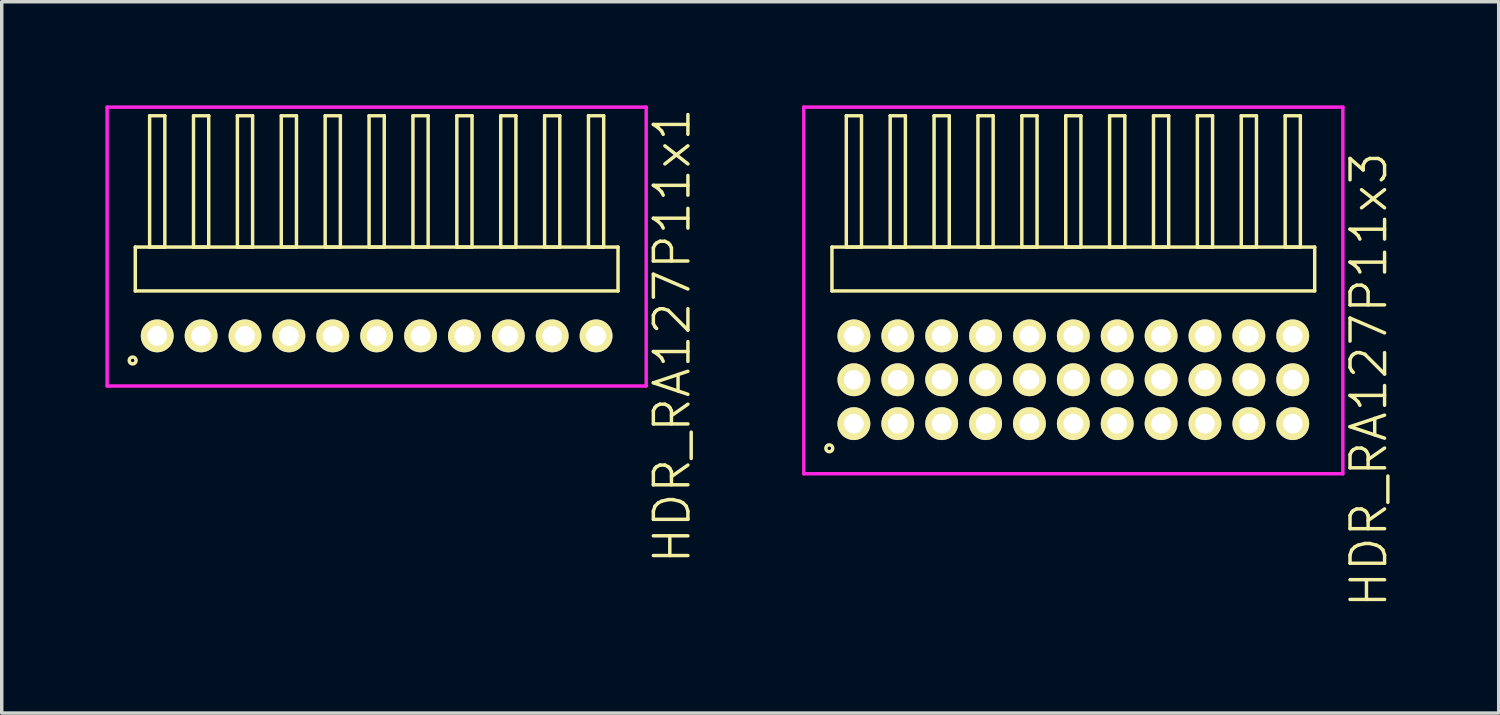
<source format=kicad_pcb>
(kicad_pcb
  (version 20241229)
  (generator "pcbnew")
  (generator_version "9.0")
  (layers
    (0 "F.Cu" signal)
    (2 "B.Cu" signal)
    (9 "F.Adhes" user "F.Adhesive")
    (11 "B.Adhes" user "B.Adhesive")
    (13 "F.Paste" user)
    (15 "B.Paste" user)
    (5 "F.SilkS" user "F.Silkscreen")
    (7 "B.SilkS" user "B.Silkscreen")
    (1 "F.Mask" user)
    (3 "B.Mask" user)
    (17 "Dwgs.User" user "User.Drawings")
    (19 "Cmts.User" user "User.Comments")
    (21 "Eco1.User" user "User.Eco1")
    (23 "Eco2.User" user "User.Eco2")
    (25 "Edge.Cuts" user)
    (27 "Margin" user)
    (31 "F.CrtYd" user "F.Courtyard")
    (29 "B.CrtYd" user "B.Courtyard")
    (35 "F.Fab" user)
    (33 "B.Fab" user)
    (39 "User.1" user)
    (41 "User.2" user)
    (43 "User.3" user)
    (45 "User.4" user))
  (footprint "HDR_RA127P11x1"
    (layer "F.Cu")
    (at 7.85 6.67)
    (property "Reference" "HDR_RA127P11x1" (at 8.55 0 90) (layer "F.SilkS") (effects (font (size 1 1) (thickness 0.1))))
    (attr through_hole)
    (fp_line (start -6.985 -2.57) (end -6.985 -1.3) (stroke (width 0.1) (type solid)) (layer "F.SilkS"))
    (fp_line (start -6.985 -1.3) (end 6.985 -1.3) (stroke (width 0.1) (type solid)) (layer "F.SilkS"))
    (fp_line (start -6.57 -6.37) (end -6.57 -2.57) (stroke (width 0.1) (type solid)) (layer "F.SilkS"))
    (fp_line (start -6.57 -2.57) (end -6.13 -2.57) (stroke (width 0.1) (type solid)) (layer "F.SilkS"))
    (fp_line (start -6.13 -6.37) (end -6.57 -6.37) (stroke (width 0.1) (type solid)) (layer "F.SilkS"))
    (fp_line (start -6.13 -2.57) (end -6.13 -6.37) (stroke (width 0.1) (type solid)) (layer "F.SilkS"))
    (fp_line (start -5.3 -6.37) (end -5.3 -2.57) (stroke (width 0.1) (type solid)) (layer "F.SilkS"))
    (fp_line (start -5.3 -2.57) (end -4.86 -2.57) (stroke (width 0.1) (type solid)) (layer "F.SilkS"))
    (fp_line (start -4.86 -6.37) (end -5.3 -6.37) (stroke (width 0.1) (type solid)) (layer "F.SilkS"))
    (fp_line (start -4.86 -2.57) (end -4.86 -6.37) (stroke (width 0.1) (type solid)) (layer "F.SilkS"))
    (fp_line (start -4.03 -6.37) (end -4.03 -2.57) (stroke (width 0.1) (type solid)) (layer "F.SilkS"))
    (fp_line (start -4.03 -2.57) (end -3.59 -2.57) (stroke (width 0.1) (type solid)) (layer "F.SilkS"))
    (fp_line (start -3.59 -6.37) (end -4.03 -6.37) (stroke (width 0.1) (type solid)) (layer "F.SilkS"))
    (fp_line (start -3.59 -2.57) (end -3.59 -6.37) (stroke (width 0.1) (type solid)) (layer "F.SilkS"))
    (fp_line (start -2.76 -6.37) (end -2.76 -2.57) (stroke (width 0.1) (type solid)) (layer "F.SilkS"))
    (fp_line (start -2.76 -2.57) (end -2.32 -2.57) (stroke (width 0.1) (type solid)) (layer "F.SilkS"))
    (fp_line (start -2.32 -6.37) (end -2.76 -6.37) (stroke (width 0.1) (type solid)) (layer "F.SilkS"))
    (fp_line (start -2.32 -2.57) (end -2.32 -6.37) (stroke (width 0.1) (type solid)) (layer "F.SilkS"))
    (fp_line (start -1.49 -6.37) (end -1.49 -2.57) (stroke (width 0.1) (type solid)) (layer "F.SilkS"))
    (fp_line (start -1.49 -2.57) (end -1.05 -2.57) (stroke (width 0.1) (type solid)) (layer "F.SilkS"))
    (fp_line (start -1.05 -6.37) (end -1.49 -6.37) (stroke (width 0.1) (type solid)) (layer "F.SilkS"))
    (fp_line (start -1.05 -2.57) (end -1.05 -6.37) (stroke (width 0.1) (type solid)) (layer "F.SilkS"))
    (fp_line (start -0.22 -6.37) (end -0.22 -2.57) (stroke (width 0.1) (type solid)) (layer "F.SilkS"))
    (fp_line (start -0.22 -2.57) (end 0.22 -2.57) (stroke (width 0.1) (type solid)) (layer "F.SilkS"))
    (fp_line (start 0.22 -6.37) (end -0.22 -6.37) (stroke (width 0.1) (type solid)) (layer "F.SilkS"))
    (fp_line (start 0.22 -2.57) (end 0.22 -6.37) (stroke (width 0.1) (type solid)) (layer "F.SilkS"))
    (fp_line (start 1.05 -6.37) (end 1.05 -2.57) (stroke (width 0.1) (type solid)) (layer "F.SilkS"))
    (fp_line (start 1.05 -2.57) (end 1.49 -2.57) (stroke (width 0.1) (type solid)) (layer "F.SilkS"))
    (fp_line (start 1.49 -6.37) (end 1.05 -6.37) (stroke (width 0.1) (type solid)) (layer "F.SilkS"))
    (fp_line (start 1.49 -2.57) (end 1.49 -6.37) (stroke (width 0.1) (type solid)) (layer "F.SilkS"))
    (fp_line (start 2.32 -6.37) (end 2.32 -2.57) (stroke (width 0.1) (type solid)) (layer "F.SilkS"))
    (fp_line (start 2.32 -2.57) (end 2.76 -2.57) (stroke (width 0.1) (type solid)) (layer "F.SilkS"))
    (fp_line (start 2.76 -6.37) (end 2.32 -6.37) (stroke (width 0.1) (type solid)) (layer "F.SilkS"))
    (fp_line (start 2.76 -2.57) (end 2.76 -6.37) (stroke (width 0.1) (type solid)) (layer "F.SilkS"))
    (fp_line (start 3.59 -6.37) (end 3.59 -2.57) (stroke (width 0.1) (type solid)) (layer "F.SilkS"))
    (fp_line (start 3.59 -2.57) (end 4.03 -2.57) (stroke (width 0.1) (type solid)) (layer "F.SilkS"))
    (fp_line (start 4.03 -6.37) (end 3.59 -6.37) (stroke (width 0.1) (type solid)) (layer "F.SilkS"))
    (fp_line (start 4.03 -2.57) (end 4.03 -6.37) (stroke (width 0.1) (type solid)) (layer "F.SilkS"))
    (fp_line (start 4.86 -6.37) (end 4.86 -2.57) (stroke (width 0.1) (type solid)) (layer "F.SilkS"))
    (fp_line (start 4.86 -2.57) (end 5.3 -2.57) (stroke (width 0.1) (type solid)) (layer "F.SilkS"))
    (fp_line (start 5.3 -6.37) (end 4.86 -6.37) (stroke (width 0.1) (type solid)) (layer "F.SilkS"))
    (fp_line (start 5.3 -2.57) (end 5.3 -6.37) (stroke (width 0.1) (type solid)) (layer "F.SilkS"))
    (fp_line (start 6.13 -6.37) (end 6.13 -2.57) (stroke (width 0.1) (type solid)) (layer "F.SilkS"))
    (fp_line (start 6.13 -2.57) (end 6.57 -2.57) (stroke (width 0.1) (type solid)) (layer "F.SilkS"))
    (fp_line (start 6.57 -6.37) (end 6.13 -6.37) (stroke (width 0.1) (type solid)) (layer "F.SilkS"))
    (fp_line (start 6.57 -2.57) (end 6.57 -6.37) (stroke (width 0.1) (type solid)) (layer "F.SilkS"))
    (fp_line (start 6.985 -2.57) (end -6.985 -2.57) (stroke (width 0.1) (type solid)) (layer "F.SilkS"))
    (fp_line (start 6.985 -1.3) (end 6.985 -2.57) (stroke (width 0.1) (type solid)) (layer "F.SilkS"))
    (fp_circle (center -7.062 0.712) (end -6.962 0.712) (stroke (width 0.1) (type solid)) (fill no) (layer "F.SilkS"))
    (fp_line (start -7.8 -6.62) (end -7.8 1.45) (stroke (width 0.1) (type solid)) (layer "F.CrtYd"))
    (fp_line (start -7.8 1.45) (end 7.8 1.45) (stroke (width 0.1) (type solid)) (layer "F.CrtYd"))
    (fp_line (start 7.8 -6.62) (end -7.8 -6.62) (stroke (width 0.1) (type solid)) (layer "F.CrtYd"))
    (fp_line (start 7.8 1.45) (end 7.8 -6.62) (stroke (width 0.1) (type solid)) (layer "F.CrtYd"))
    (pad "1" thru_hole oval (at -6.35 0) (size 0.95 0.95) (drill 0.57) (layers "*.Cu" "*.Mask" "F.SilkS"))
    (pad "2" thru_hole oval (at -5.08 0) (size 0.95 0.95) (drill 0.57) (layers "*.Cu" "*.Mask" "F.SilkS"))
    (pad "3" thru_hole oval (at -3.81 0) (size 0.95 0.95) (drill 0.57) (layers "*.Cu" "*.Mask" "F.SilkS"))
    (pad "4" thru_hole oval (at -2.54 0) (size 0.95 0.95) (drill 0.57) (layers "*.Cu" "*.Mask" "F.SilkS"))
    (pad "5" thru_hole oval (at -1.27 0) (size 0.95 0.95) (drill 0.57) (layers "*.Cu" "*.Mask" "F.SilkS"))
    (pad "6" thru_hole oval (at 0 0) (size 0.95 0.95) (drill 0.57) (layers "*.Cu" "*.Mask" "F.SilkS"))
    (pad "7" thru_hole oval (at 1.27 0) (size 0.95 0.95) (drill 0.57) (layers "*.Cu" "*.Mask" "F.SilkS"))
    (pad "8" thru_hole oval (at 2.54 0) (size 0.95 0.95) (drill 0.57) (layers "*.Cu" "*.Mask" "F.SilkS"))
    (pad "9" thru_hole oval (at 3.81 0) (size 0.95 0.95) (drill 0.57) (layers "*.Cu" "*.Mask" "F.SilkS"))
    (pad "10" thru_hole oval (at 5.08 0) (size 0.95 0.95) (drill 0.57) (layers "*.Cu" "*.Mask" "F.SilkS"))
    (pad "11" thru_hole oval (at 6.35 0) (size 0.95 0.95) (drill 0.57) (layers "*.Cu" "*.Mask" "F.SilkS")))
  (footprint "HDR_RA127P11x3"
    (layer "F.Cu")
    (at 28.011 7.94)
    (property "Reference" "HDR_RA127P11x3" (at 8.55 0 90) (layer "F.SilkS") (effects (font (size 1 1) (thickness 0.1))))
    (attr through_hole)
    (fp_line (start -6.985 -3.84) (end -6.985 -2.57) (stroke (width 0.1) (type solid)) (layer "F.SilkS"))
    (fp_line (start -6.985 -2.57) (end 6.985 -2.57) (stroke (width 0.1) (type solid)) (layer "F.SilkS"))
    (fp_line (start -6.57 -7.64) (end -6.57 -3.84) (stroke (width 0.1) (type solid)) (layer "F.SilkS"))
    (fp_line (start -6.57 -3.84) (end -6.13 -3.84) (stroke (width 0.1) (type solid)) (layer "F.SilkS"))
    (fp_line (start -6.13 -7.64) (end -6.57 -7.64) (stroke (width 0.1) (type solid)) (layer "F.SilkS"))
    (fp_line (start -6.13 -3.84) (end -6.13 -7.64) (stroke (width 0.1) (type solid)) (layer "F.SilkS"))
    (fp_line (start -5.3 -7.64) (end -5.3 -3.84) (stroke (width 0.1) (type solid)) (layer "F.SilkS"))
    (fp_line (start -5.3 -3.84) (end -4.86 -3.84) (stroke (width 0.1) (type solid)) (layer "F.SilkS"))
    (fp_line (start -4.86 -7.64) (end -5.3 -7.64) (stroke (width 0.1) (type solid)) (layer "F.SilkS"))
    (fp_line (start -4.86 -3.84) (end -4.86 -7.64) (stroke (width 0.1) (type solid)) (layer "F.SilkS"))
    (fp_line (start -4.03 -7.64) (end -4.03 -3.84) (stroke (width 0.1) (type solid)) (layer "F.SilkS"))
    (fp_line (start -4.03 -3.84) (end -3.59 -3.84) (stroke (width 0.1) (type solid)) (layer "F.SilkS"))
    (fp_line (start -3.59 -7.64) (end -4.03 -7.64) (stroke (width 0.1) (type solid)) (layer "F.SilkS"))
    (fp_line (start -3.59 -3.84) (end -3.59 -7.64) (stroke (width 0.1) (type solid)) (layer "F.SilkS"))
    (fp_line (start -2.76 -7.64) (end -2.76 -3.84) (stroke (width 0.1) (type solid)) (layer "F.SilkS"))
    (fp_line (start -2.76 -3.84) (end -2.32 -3.84) (stroke (width 0.1) (type solid)) (layer "F.SilkS"))
    (fp_line (start -2.32 -7.64) (end -2.76 -7.64) (stroke (width 0.1) (type solid)) (layer "F.SilkS"))
    (fp_line (start -2.32 -3.84) (end -2.32 -7.64) (stroke (width 0.1) (type solid)) (layer "F.SilkS"))
    (fp_line (start -1.49 -7.64) (end -1.49 -3.84) (stroke (width 0.1) (type solid)) (layer "F.SilkS"))
    (fp_line (start -1.49 -3.84) (end -1.05 -3.84) (stroke (width 0.1) (type solid)) (layer "F.SilkS"))
    (fp_line (start -1.05 -7.64) (end -1.49 -7.64) (stroke (width 0.1) (type solid)) (layer "F.SilkS"))
    (fp_line (start -1.05 -3.84) (end -1.05 -7.64) (stroke (width 0.1) (type solid)) (layer "F.SilkS"))
    (fp_line (start -0.22 -7.64) (end -0.22 -3.84) (stroke (width 0.1) (type solid)) (layer "F.SilkS"))
    (fp_line (start -0.22 -3.84) (end 0.22 -3.84) (stroke (width 0.1) (type solid)) (layer "F.SilkS"))
    (fp_line (start 0.22 -7.64) (end -0.22 -7.64) (stroke (width 0.1) (type solid)) (layer "F.SilkS"))
    (fp_line (start 0.22 -3.84) (end 0.22 -7.64) (stroke (width 0.1) (type solid)) (layer "F.SilkS"))
    (fp_line (start 1.05 -7.64) (end 1.05 -3.84) (stroke (width 0.1) (type solid)) (layer "F.SilkS"))
    (fp_line (start 1.05 -3.84) (end 1.49 -3.84) (stroke (width 0.1) (type solid)) (layer "F.SilkS"))
    (fp_line (start 1.49 -7.64) (end 1.05 -7.64) (stroke (width 0.1) (type solid)) (layer "F.SilkS"))
    (fp_line (start 1.49 -3.84) (end 1.49 -7.64) (stroke (width 0.1) (type solid)) (layer "F.SilkS"))
    (fp_line (start 2.32 -7.64) (end 2.32 -3.84) (stroke (width 0.1) (type solid)) (layer "F.SilkS"))
    (fp_line (start 2.32 -3.84) (end 2.76 -3.84) (stroke (width 0.1) (type solid)) (layer "F.SilkS"))
    (fp_line (start 2.76 -7.64) (end 2.32 -7.64) (stroke (width 0.1) (type solid)) (layer "F.SilkS"))
    (fp_line (start 2.76 -3.84) (end 2.76 -7.64) (stroke (width 0.1) (type solid)) (layer "F.SilkS"))
    (fp_line (start 3.59 -7.64) (end 3.59 -3.84) (stroke (width 0.1) (type solid)) (layer "F.SilkS"))
    (fp_line (start 3.59 -3.84) (end 4.03 -3.84) (stroke (width 0.1) (type solid)) (layer "F.SilkS"))
    (fp_line (start 4.03 -7.64) (end 3.59 -7.64) (stroke (width 0.1) (type solid)) (layer "F.SilkS"))
    (fp_line (start 4.03 -3.84) (end 4.03 -7.64) (stroke (width 0.1) (type solid)) (layer "F.SilkS"))
    (fp_line (start 4.86 -7.64) (end 4.86 -3.84) (stroke (width 0.1) (type solid)) (layer "F.SilkS"))
    (fp_line (start 4.86 -3.84) (end 5.3 -3.84) (stroke (width 0.1) (type solid)) (layer "F.SilkS"))
    (fp_line (start 5.3 -7.64) (end 4.86 -7.64) (stroke (width 0.1) (type solid)) (layer "F.SilkS"))
    (fp_line (start 5.3 -3.84) (end 5.3 -7.64) (stroke (width 0.1) (type solid)) (layer "F.SilkS"))
    (fp_line (start 6.13 -7.64) (end 6.13 -3.84) (stroke (width 0.1) (type solid)) (layer "F.SilkS"))
    (fp_line (start 6.13 -3.84) (end 6.57 -3.84) (stroke (width 0.1) (type solid)) (layer "F.SilkS"))
    (fp_line (start 6.57 -7.64) (end 6.13 -7.64) (stroke (width 0.1) (type solid)) (layer "F.SilkS"))
    (fp_line (start 6.57 -3.84) (end 6.57 -7.64) (stroke (width 0.1) (type solid)) (layer "F.SilkS"))
    (fp_line (start 6.985 -3.84) (end -6.985 -3.84) (stroke (width 0.1) (type solid)) (layer "F.SilkS"))
    (fp_line (start 6.985 -2.57) (end 6.985 -3.84) (stroke (width 0.1) (type solid)) (layer "F.SilkS"))
    (fp_circle (center -7.062 1.983) (end -6.962 1.983) (stroke (width 0.1) (type solid)) (fill no) (layer "F.SilkS"))
    (fp_line (start -7.8 -7.89) (end -7.8 2.72) (stroke (width 0.1) (type solid)) (layer "F.CrtYd"))
    (fp_line (start -7.8 2.72) (end 7.8 2.72) (stroke (width 0.1) (type solid)) (layer "F.CrtYd"))
    (fp_line (start 7.8 -7.89) (end -7.8 -7.89) (stroke (width 0.1) (type solid)) (layer "F.CrtYd"))
    (fp_line (start 7.8 2.72) (end 7.8 -7.89) (stroke (width 0.1) (type solid)) (layer "F.CrtYd"))
    (pad "1" thru_hole oval (at -6.35 1.27) (size 0.95 0.95) (drill 0.57) (layers "*.Cu" "*.Mask" "F.SilkS"))
    (pad "2" thru_hole oval (at -6.35 0) (size 0.95 0.95) (drill 0.57) (layers "*.Cu" "*.Mask" "F.SilkS"))
    (pad "3" thru_hole oval (at -6.35 -1.27) (size 0.95 0.95) (drill 0.57) (layers "*.Cu" "*.Mask" "F.SilkS"))
    (pad "4" thru_hole oval (at -5.08 1.27) (size 0.95 0.95) (drill 0.57) (layers "*.Cu" "*.Mask" "F.SilkS"))
    (pad "5" thru_hole oval (at -5.08 0) (size 0.95 0.95) (drill 0.57) (layers "*.Cu" "*.Mask" "F.SilkS"))
    (pad "6" thru_hole oval (at -5.08 -1.27) (size 0.95 0.95) (drill 0.57) (layers "*.Cu" "*.Mask" "F.SilkS"))
    (pad "7" thru_hole oval (at -3.81 1.27) (size 0.95 0.95) (drill 0.57) (layers "*.Cu" "*.Mask" "F.SilkS"))
    (pad "8" thru_hole oval (at -3.81 0) (size 0.95 0.95) (drill 0.57) (layers "*.Cu" "*.Mask" "F.SilkS"))
    (pad "9" thru_hole oval (at -3.81 -1.27) (size 0.95 0.95) (drill 0.57) (layers "*.Cu" "*.Mask" "F.SilkS"))
    (pad "10" thru_hole oval (at -2.54 1.27) (size 0.95 0.95) (drill 0.57) (layers "*.Cu" "*.Mask" "F.SilkS"))
    (pad "11" thru_hole oval (at -2.54 0) (size 0.95 0.95) (drill 0.57) (layers "*.Cu" "*.Mask" "F.SilkS"))
    (pad "12" thru_hole oval (at -2.54 -1.27) (size 0.95 0.95) (drill 0.57) (layers "*.Cu" "*.Mask" "F.SilkS"))
    (pad "13" thru_hole oval (at -1.27 1.27) (size 0.95 0.95) (drill 0.57) (layers "*.Cu" "*.Mask" "F.SilkS"))
    (pad "14" thru_hole oval (at -1.27 0) (size 0.95 0.95) (drill 0.57) (layers "*.Cu" "*.Mask" "F.SilkS"))
    (pad "15" thru_hole oval (at -1.27 -1.27) (size 0.95 0.95) (drill 0.57) (layers "*.Cu" "*.Mask" "F.SilkS"))
    (pad "16" thru_hole oval (at 0 1.27) (size 0.95 0.95) (drill 0.57) (layers "*.Cu" "*.Mask" "F.SilkS"))
    (pad "17" thru_hole oval (at 0 0) (size 0.95 0.95) (drill 0.57) (layers "*.Cu" "*.Mask" "F.SilkS"))
    (pad "18" thru_hole oval (at 0 -1.27) (size 0.95 0.95) (drill 0.57) (layers "*.Cu" "*.Mask" "F.SilkS"))
    (pad "19" thru_hole oval (at 1.27 1.27) (size 0.95 0.95) (drill 0.57) (layers "*.Cu" "*.Mask" "F.SilkS"))
    (pad "20" thru_hole oval (at 1.27 0) (size 0.95 0.95) (drill 0.57) (layers "*.Cu" "*.Mask" "F.SilkS"))
    (pad "21" thru_hole oval (at 1.27 -1.27) (size 0.95 0.95) (drill 0.57) (layers "*.Cu" "*.Mask" "F.SilkS"))
    (pad "22" thru_hole oval (at 2.54 1.27) (size 0.95 0.95) (drill 0.57) (layers "*.Cu" "*.Mask" "F.SilkS"))
    (pad "23" thru_hole oval (at 2.54 0) (size 0.95 0.95) (drill 0.57) (layers "*.Cu" "*.Mask" "F.SilkS"))
    (pad "24" thru_hole oval (at 2.54 -1.27) (size 0.95 0.95) (drill 0.57) (layers "*.Cu" "*.Mask" "F.SilkS"))
    (pad "25" thru_hole oval (at 3.81 1.27) (size 0.95 0.95) (drill 0.57) (layers "*.Cu" "*.Mask" "F.SilkS"))
    (pad "26" thru_hole oval (at 3.81 0) (size 0.95 0.95) (drill 0.57) (layers "*.Cu" "*.Mask" "F.SilkS"))
    (pad "27" thru_hole oval (at 3.81 -1.27) (size 0.95 0.95) (drill 0.57) (layers "*.Cu" "*.Mask" "F.SilkS"))
    (pad "28" thru_hole oval (at 5.08 1.27) (size 0.95 0.95) (drill 0.57) (layers "*.Cu" "*.Mask" "F.SilkS"))
    (pad "29" thru_hole oval (at 5.08 0) (size 0.95 0.95) (drill 0.57) (layers "*.Cu" "*.Mask" "F.SilkS"))
    (pad "30" thru_hole oval (at 5.08 -1.27) (size 0.95 0.95) (drill 0.57) (layers "*.Cu" "*.Mask" "F.SilkS"))
    (pad "31" thru_hole oval (at 6.35 1.27) (size 0.95 0.95) (drill 0.57) (layers "*.Cu" "*.Mask" "F.SilkS"))
    (pad "32" thru_hole oval (at 6.35 0) (size 0.95 0.95) (drill 0.57) (layers "*.Cu" "*.Mask" "F.SilkS"))
    (pad "33" thru_hole oval (at 6.35 -1.27) (size 0.95 0.95) (drill 0.57) (layers "*.Cu" "*.Mask" "F.SilkS")))
  (gr_rect
    (start -3 -3)
    (end 40.321 17.585)
    (stroke (width 0.1) (type default))
    (fill no)
    (layer "Edge.Cuts")))
</source>
